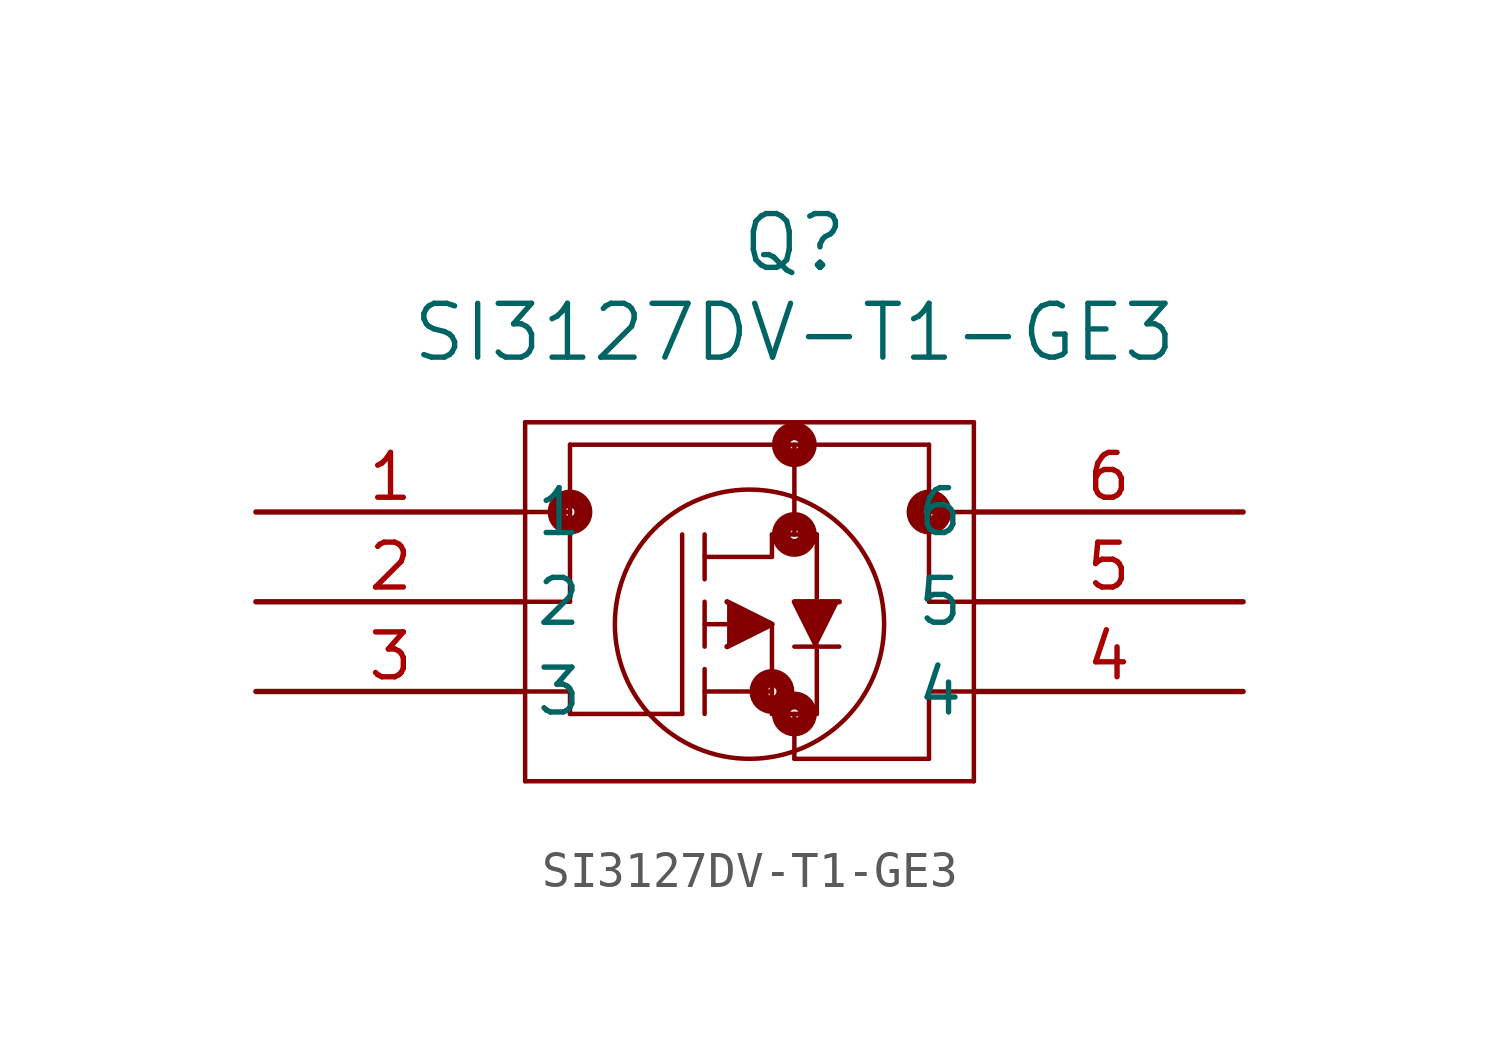
<source format=kicad_sym>
(kicad_symbol_lib
  (version 20211014)
  (generator kicad_symbol_editor)
  (symbol "SI3127DV-T1-GE3"
    (pin_names
      (offset 0.254))
    (property "Reference" "Q"
      (at 15.24 7.62 0)
      (effects (font (size 1.524 1.524))))
    (property "Value" "SI3127DV-T1-GE3"
      (at 15.24 5.08 0)
      (effects (font (size 1.524 1.524))))
    (symbol "SI3127DV-T1-GE3_0_1"
      (polyline (pts (xy 19.05 1.905) (xy 8.89 1.905)) (stroke (width 0.127) (type default) (color 0 0 0 0)) (fill (type none)))
      (polyline (pts (xy 20.32 -2.54) (xy 19.05 -2.54)) (stroke (width 0.127) (type default) (color 0 0 0 0)) (fill (type none)))
      (polyline (pts (xy 7.62 2.54) (xy 7.62 -7.62)) (stroke (width 0.127) (type default) (color 0 0 0 0)) (fill (type none)))
      (polyline (pts (xy 7.62 -7.62) (xy 20.32 -7.62)) (stroke (width 0.127) (type default) (color 0 0 0 0)) (fill (type none)))
      (polyline (pts (xy 20.32 -7.62) (xy 20.32 2.54)) (stroke (width 0.127) (type default) (color 0 0 0 0)) (fill (type none)))
      (polyline (pts (xy 20.32 2.54) (xy 7.62 2.54)) (stroke (width 0.127) (type default) (color 0 0 0 0)) (fill (type none)))
      (polyline (pts (xy 19.05 -2.54) (xy 19.05 1.905)) (stroke (width 0.127) (type default) (color 0 0 0 0)) (fill (type none)))
      (circle (center 15.24 -0.635) (radius 0.127) (stroke (width 0.508) (type default) (color 0 0 0 0)) (fill (type none)))
      (circle (center 15.24 -5.715) (radius 0.127) (stroke (width 0.508) (type default) (color 0 0 0 0)) (fill (type none)))
      (circle (center 14.605 -5.08) (radius 0.127) (stroke (width 0.508) (type default) (color 0 0 0 0)) (fill (type none)))
      (circle (center 13.97 -3.175) (radius 3.81) (stroke (width 0.127) (type default) (color 0 0 0 0)) (fill (type none)))
      (polyline (pts (xy 20.32 0) (xy 19.05 0)) (stroke (width 0.127) (type default) (color 0 0 0 0)) (fill (type none)))
      (polyline (pts (xy 12.065 -5.715) (xy 12.065 -0.635)) (stroke (width 0.127) (type default) (color 0 0 0 0)) (fill (type none)))
      (polyline (pts (xy 12.7 -3.81) (xy 12.7 -2.54)) (stroke (width 0.127) (type default) (color 0 0 0 0)) (fill (type none)))
      (polyline (pts (xy 12.7 -5.715) (xy 12.7 -4.445)) (stroke (width 0.127) (type default) (color 0 0 0 0)) (fill (type none)))
      (polyline (pts (xy 12.7 -1.905) (xy 12.7 -0.635)) (stroke (width 0.127) (type default) (color 0 0 0 0)) (fill (type none)))
      (polyline (pts (xy 13.97 -3.175) (xy 12.7 -3.175)) (stroke (width 0.127) (type default) (color 0 0 0 0)) (fill (type none)))
      (polyline (pts (xy 12.7 -5.08) (xy 14.605 -5.08)) (stroke (width 0.127) (type default) (color 0 0 0 0)) (fill (type none)))
      (polyline (pts (xy 14.605 -5.715) (xy 14.605 -3.175)) (stroke (width 0.127) (type default) (color 0 0 0 0)) (fill (type none)))
      (polyline (pts (xy 14.605 -5.715) (xy 15.875 -5.715)) (stroke (width 0.127) (type default) (color 0 0 0 0)) (fill (type none)))
      (polyline (pts (xy 12.7 -1.27) (xy 14.605 -1.27)) (stroke (width 0.127) (type default) (color 0 0 0 0)) (fill (type none)))
      (polyline (pts (xy 15.875 -2.54) (xy 15.875 -0.635)) (stroke (width 0.127) (type default) (color 0 0 0 0)) (fill (type none)))
      (polyline (pts (xy 15.875 -5.715) (xy 15.875 -3.81)) (stroke (width 0.127) (type default) (color 0 0 0 0)) (fill (type none)))
      (polyline (pts (xy 16.51 -3.81) (xy 15.24 -3.81)) (stroke (width 0.127) (type default) (color 0 0 0 0)) (fill (type none)))
      (polyline (pts (xy 14.605 -0.635) (xy 15.875 -0.635)) (stroke (width 0.127) (type default) (color 0 0 0 0)) (fill (type none)))
      (polyline (pts (xy 14.605 -1.27) (xy 14.605 -0.635)) (stroke (width 0.127) (type default) (color 0 0 0 0)) (fill (type none)))
      (polyline (pts (xy 15.24 -6.985) (xy 15.24 -5.715)) (stroke (width 0.127) (type default) (color 0 0 0 0)) (fill (type none)))
      (circle (center 19.05 0) (radius 0.127) (stroke (width 0.508) (type default) (color 0 0 0 0)) (fill (type none)))
      (polyline (pts (xy 7.62 0) (xy 8.89 0)) (stroke (width 0.127) (type default) (color 0 0 0 0)) (fill (type none)))
      (polyline (pts (xy 7.62 -2.54) (xy 8.89 -2.54)) (stroke (width 0.127) (type default) (color 0 0 0 0)) (fill (type none)))
      (circle (center 8.89 0) (radius 0.127) (stroke (width 0.508) (type default) (color 0 0 0 0)) (fill (type none)))
      (polyline (pts (xy 8.89 1.905) (xy 8.89 -2.54)) (stroke (width 0.127) (type default) (color 0 0 0 0)) (fill (type none)))
      (polyline (pts (xy 20.32 -5.08) (xy 19.05 -5.08)) (stroke (width 0.127) (type default) (color 0 0 0 0)) (fill (type none)))
      (polyline (pts (xy 19.05 -5.08) (xy 19.05 -6.985)) (stroke (width 0.127) (type default) (color 0 0 0 0)) (fill (type none)))
      (circle (center 15.24 1.905) (radius 0.127) (stroke (width 0.508) (type default) (color 0 0 0 0)) (fill (type none)))
      (polyline (pts (xy 15.24 1.905) (xy 15.24 -0.635)) (stroke (width 0.127) (type default) (color 0 0 0 0)) (fill (type none)))
      (polyline (pts (xy 12.065 -5.715) (xy 8.89 -5.715)) (stroke (width 0.127) (type default) (color 0 0 0 0)) (fill (type none)))
      (polyline (pts (xy 8.89 -5.715) (xy 8.89 -5.08)) (stroke (width 0.127) (type default) (color 0 0 0 0)) (fill (type none)))
      (polyline (pts (xy 8.89 -5.08) (xy 7.62 -5.08)) (stroke (width 0.127) (type default) (color 0 0 0 0)) (fill (type none)))
      (polyline (pts (xy 19.05 -6.985) (xy 15.24 -6.985)) (stroke (width 0.127) (type default) (color 0 0 0 0)) (fill (type none)))
      (polyline (pts (xy 13.335 -3.81) (xy 14.605 -3.175) (xy 13.335 -2.54)) (stroke (width 0) (type default) (color 0 0 0 0)) (fill (type outline)))
      (polyline (pts (xy 16.51 -2.54) (xy 15.24 -2.54) (xy 15.875 -3.81)) (stroke (width 0) (type default) (color 0 0 0 0)) (fill (type outline)))
      (pin unspecified line (at 0 0 0) (length 7.62) (name "1" (effects (font (size 1.27 1.27)))) (number "1" (effects (font (size 1.27 1.27)))))
      (pin unspecified line (at 0 -2.54 0) (length 7.62) (name "2" (effects (font (size 1.27 1.27)))) (number "2" (effects (font (size 1.27 1.27)))))
      (pin unspecified line (at 0 -5.08 0) (length 7.62) (name "3" (effects (font (size 1.27 1.27)))) (number "3" (effects (font (size 1.27 1.27)))))
      (pin unspecified line (at 27.94 -5.08 180) (length 7.62) (name "4" (effects (font (size 1.27 1.27)))) (number "4" (effects (font (size 1.27 1.27)))))
      (pin unspecified line (at 27.94 -2.54 180) (length 7.62) (name "5" (effects (font (size 1.27 1.27)))) (number "5" (effects (font (size 1.27 1.27)))))
      (pin unspecified line (at 27.94 0 180) (length 7.62) (name "6" (effects (font (size 1.27 1.27)))) (number "6" (effects (font (size 1.27 1.27))))))))
</source>
